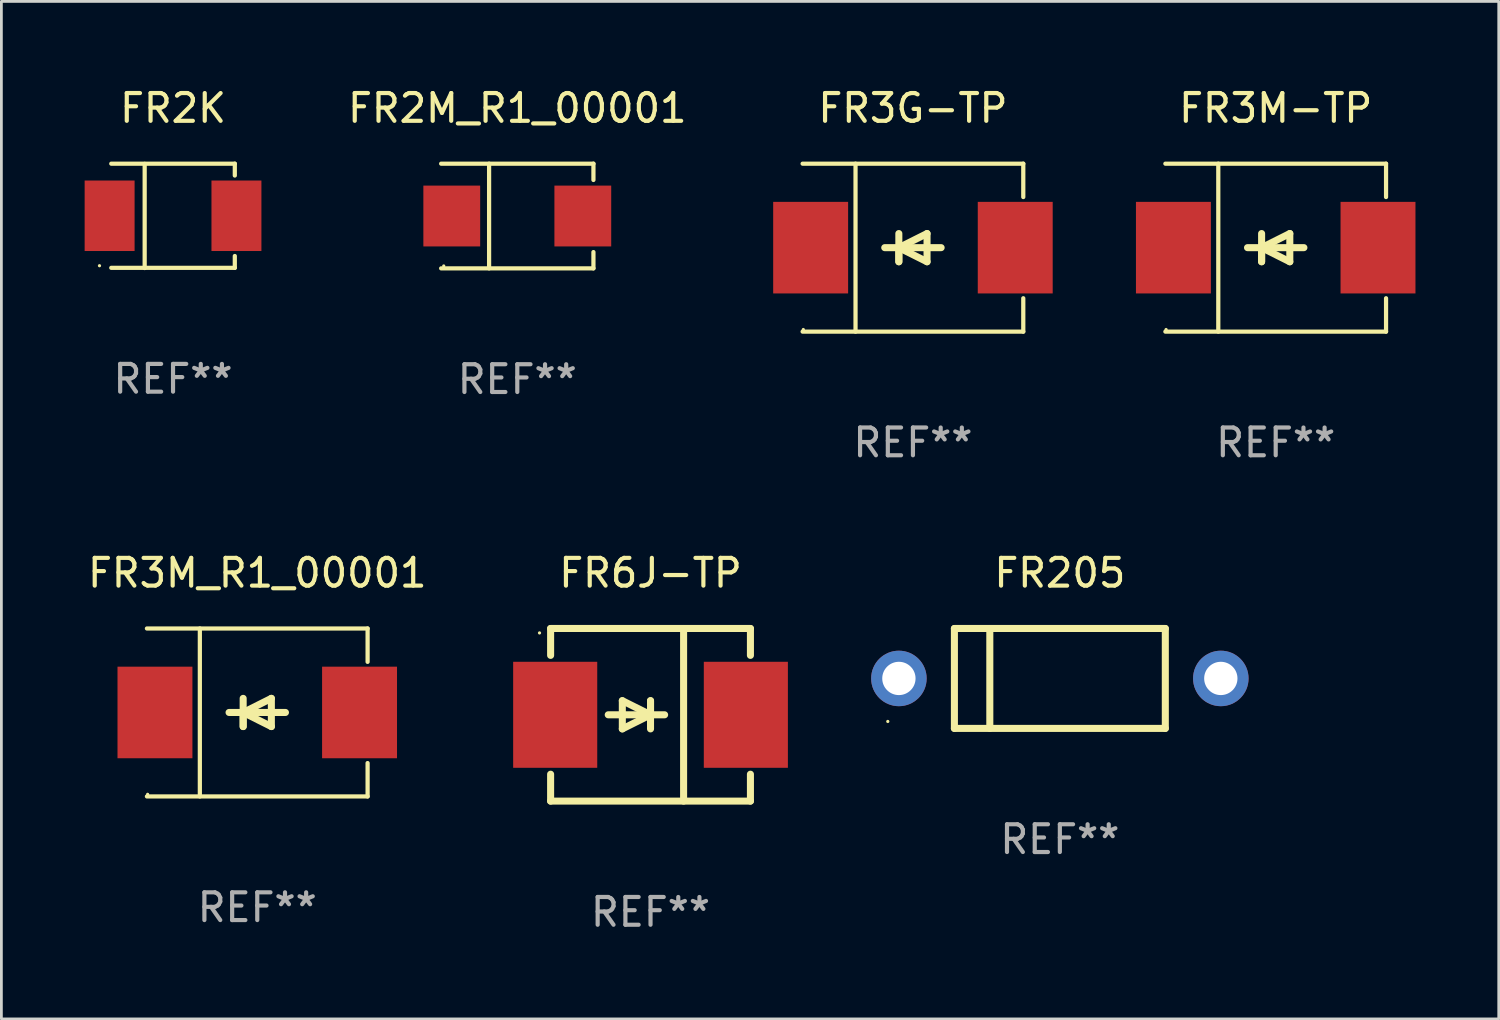
<source format=kicad_pcb>
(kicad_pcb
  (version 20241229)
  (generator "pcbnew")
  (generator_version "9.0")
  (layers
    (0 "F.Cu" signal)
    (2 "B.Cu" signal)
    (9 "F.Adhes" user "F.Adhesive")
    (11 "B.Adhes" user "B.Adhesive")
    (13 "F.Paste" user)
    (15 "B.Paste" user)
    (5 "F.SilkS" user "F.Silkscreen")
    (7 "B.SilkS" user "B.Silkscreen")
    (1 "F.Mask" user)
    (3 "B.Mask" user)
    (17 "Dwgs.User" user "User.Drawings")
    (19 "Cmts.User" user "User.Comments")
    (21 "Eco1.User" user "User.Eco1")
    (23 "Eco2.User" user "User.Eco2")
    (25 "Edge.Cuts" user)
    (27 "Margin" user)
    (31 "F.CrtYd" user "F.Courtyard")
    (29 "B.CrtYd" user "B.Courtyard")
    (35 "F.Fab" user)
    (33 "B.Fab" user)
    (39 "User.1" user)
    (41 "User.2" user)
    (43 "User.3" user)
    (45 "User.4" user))
  (footprint "FR205"
    (layer "F.Cu")
    (at 35.141 21.397)
    (property "Reference" "FR205" (at 0 -3.8 0) (layer "F.SilkS") (effects (font (size 1 1) (thickness 0.15))))
    (attr through_hole)
    (fp_line (start -3.8 -1.8) (end -3.8 1.8) (stroke (width 0.254) (type solid)) (layer "F.SilkS"))
    (fp_line (start -3.8 -1.8) (end 3.8 -1.8) (stroke (width 0.254) (type solid)) (layer "F.SilkS"))
    (fp_line (start -3.8 1.8) (end 3.8 1.8) (stroke (width 0.254) (type solid)) (layer "F.SilkS"))
    (fp_line (start -2.524 -1.8) (end -2.524 1.8) (stroke (width 0.254) (type solid)) (layer "F.SilkS"))
    (fp_line (start 3.8 -1.8) (end 3.8 1.8) (stroke (width 0.254) (type solid)) (layer "F.SilkS"))
    (fp_circle (center -6.2 1.55) (end -6.17 1.55) (stroke (width 0.06) (type solid)) (fill no) (layer "F.SilkS"))
    (fp_text user "REF**" (at 0 5.8 0) (layer "F.Fab") (effects (font (size 1 1) (thickness 0.15))))
    (pad "1" thru_hole circle (at -5.8 0) (size 2 2) (drill 1.2) (layers "*.Cu" "*.Mask"))
    (pad "2" thru_hole circle (at 5.8 0) (size 2 2) (drill 1.2) (layers "*.Cu" "*.Mask")))
  (footprint "FR6J-TP"
    (layer "F.Cu")
    (at 20.391 22.707)
    (property "Reference" "FR6J-TP" (at 0 -5.11 0) (layer "F.SilkS") (effects (font (size 1 1) (thickness 0.15))))
    (attr through_hole)
    (fp_line (start -3.6 -2.141) (end -3.6 -3.11) (stroke (width 0.254) (type solid)) (layer "F.SilkS"))
    (fp_line (start -3.6 3.11) (end -3.6 2.141) (stroke (width 0.254) (type solid)) (layer "F.SilkS"))
    (fp_line (start -1.524 0) (end 0.508 0) (stroke (width 0.254) (type solid)) (layer "F.SilkS"))
    (fp_line (start -1.016 -0.508) (end -1.016 0.508) (stroke (width 0.254) (type solid)) (layer "F.SilkS"))
    (fp_line (start -1.016 0.508) (end 0 0) (stroke (width 0.254) (type solid)) (layer "F.SilkS"))
    (fp_line (start 0 -0.508) (end 0 0.508) (stroke (width 0.254) (type solid)) (layer "F.SilkS"))
    (fp_line (start 0 0) (end -1.016 -0.508) (stroke (width 0.254) (type solid)) (layer "F.SilkS"))
    (fp_line (start 0 0) (end 0 -0.508) (stroke (width 0.254) (type solid)) (layer "F.SilkS"))
    (fp_line (start 1.192 3.11) (end 1.192 -3.11) (stroke (width 0.254) (type solid)) (layer "F.SilkS"))
    (fp_line (start 3.6 -3.11) (end -3.6 -3.11) (stroke (width 0.254) (type solid)) (layer "F.SilkS"))
    (fp_line (start 3.6 -2.141) (end 3.6 -3.11) (stroke (width 0.254) (type solid)) (layer "F.SilkS"))
    (fp_line (start 3.6 3.11) (end -3.6 3.11) (stroke (width 0.254) (type solid)) (layer "F.SilkS"))
    (fp_line (start 3.6 3.11) (end 3.6 2.141) (stroke (width 0.254) (type solid)) (layer "F.SilkS"))
    (fp_circle (center -4 -2.95) (end -3.97 -2.95) (stroke (width 0.06) (type solid)) (fill no) (layer "F.SilkS"))
    (fp_text user "REF**" (at 0 7.11 0) (layer "F.Fab") (effects (font (size 1 1) (thickness 0.15))))
    (pad "1" smd rect (at -3.435 0) (size 3.03 3.82) (layers "F.Cu" "F.Mask" "F.Paste"))
    (pad "2" smd rect (at 3.435 0) (size 3.03 3.82) (layers "F.Cu" "F.Mask" "F.Paste")))
  (footprint "FR3G-TP"
    (layer "F.Cu")
    (at 29.847 5.874)
    (property "Reference" "FR3G-TP" (at 0 -5.026 0) (layer "F.SilkS") (effects (font (size 1 1) (thickness 0.15))))
    (attr through_hole)
    (fp_line (start -3.976 -3.026) (end 3.976 -3.026) (stroke (width 0.152) (type solid)) (layer "F.SilkS"))
    (fp_line (start -3.976 3.026) (end 3.976 3.026) (stroke (width 0.152) (type solid)) (layer "F.SilkS"))
    (fp_line (start -2.069 -3.026) (end -2.069 3.026) (stroke (width 0.152) (type solid)) (layer "F.SilkS"))
    (fp_line (start -0.508 0) (end -0.508 0.508) (stroke (width 0.254) (type solid)) (layer "F.SilkS"))
    (fp_line (start -0.508 0) (end 0.508 0.508) (stroke (width 0.254) (type solid)) (layer "F.SilkS"))
    (fp_line (start -0.508 0.508) (end -0.508 -0.508) (stroke (width 0.254) (type solid)) (layer "F.SilkS"))
    (fp_line (start 0.508 -0.508) (end -0.508 0) (stroke (width 0.254) (type solid)) (layer "F.SilkS"))
    (fp_line (start 0.508 0.508) (end 0.508 -0.508) (stroke (width 0.254) (type solid)) (layer "F.SilkS"))
    (fp_line (start 1.016 0) (end -1.016 0) (stroke (width 0.254) (type solid)) (layer "F.SilkS"))
    (fp_line (start 3.976 -3.026) (end 3.976 -1.823) (stroke (width 0.152) (type solid)) (layer "F.SilkS"))
    (fp_line (start 3.976 3.026) (end 3.976 1.823) (stroke (width 0.152) (type solid)) (layer "F.SilkS"))
    (fp_circle (center -3.95 2.95) (end -3.92 2.95) (stroke (width 0.06) (type solid)) (fill no) (layer "F.SilkS"))
    (fp_text user "REF**" (at 0 7.026 0) (layer "F.Fab") (effects (font (size 1 1) (thickness 0.15))))
    (pad "1" smd rect (at -3.686 0) (size 2.7 3.3) (layers "F.Cu" "F.Mask" "F.Paste"))
    (pad "2" smd rect (at 3.686 0) (size 2.7 3.3) (layers "F.Cu" "F.Mask" "F.Paste")))
  (footprint "FR2K"
    (layer "F.Cu")
    (at 3.185 4.728)
    (property "Reference" "FR2K" (at 0 -3.88 0) (layer "F.SilkS") (effects (font (size 1 1) (thickness 0.15))))
    (attr through_hole)
    (fp_line (start -2.226 -1.88) (end 2.226 -1.88) (stroke (width 0.152) (type solid)) (layer "F.SilkS"))
    (fp_line (start -2.226 1.873) (end 2.226 1.873) (stroke (width 0.152) (type solid)) (layer "F.SilkS"))
    (fp_line (start -1.022 -1.873) (end -1.022 1.88) (stroke (width 0.152) (type solid)) (layer "F.SilkS"))
    (fp_line (start 2.226 -1.88) (end 2.226 -1.453) (stroke (width 0.152) (type solid)) (layer "F.SilkS"))
    (fp_line (start 2.226 1.447) (end 2.226 1.873) (stroke (width 0.152) (type solid)) (layer "F.SilkS"))
    (fp_circle (center -2.65 1.797) (end -2.62 1.797) (stroke (width 0.06) (type solid)) (fill no) (layer "F.SilkS"))
    (fp_text user "REF**" (at 0 5.88 0) (layer "F.Fab") (effects (font (size 1 1) (thickness 0.15))))
    (pad "1" smd rect (at -2.285 -0.003) (size 1.8 2.54) (layers "F.Cu" "F.Mask" "F.Paste"))
    (pad "2" smd rect (at 2.285 -0.003) (size 1.8 2.54) (layers "F.Cu" "F.Mask" "F.Paste")))
  (footprint "FR3M_R1_00001"
    (layer "F.Cu")
    (at 6.22 22.623)
    (property "Reference" "FR3M_R1_00001" (at 0 -5.026 0) (layer "F.SilkS") (effects (font (size 1 1) (thickness 0.15))))
    (attr through_hole)
    (fp_line (start -3.976 -3.026) (end 3.976 -3.026) (stroke (width 0.152) (type solid)) (layer "F.SilkS"))
    (fp_line (start -3.976 3.026) (end 3.976 3.026) (stroke (width 0.152) (type solid)) (layer "F.SilkS"))
    (fp_line (start -2.069 -3.026) (end -2.069 3.026) (stroke (width 0.152) (type solid)) (layer "F.SilkS"))
    (fp_line (start -0.508 0) (end -0.508 0.508) (stroke (width 0.254) (type solid)) (layer "F.SilkS"))
    (fp_line (start -0.508 0) (end 0.508 0.508) (stroke (width 0.254) (type solid)) (layer "F.SilkS"))
    (fp_line (start -0.508 0.508) (end -0.508 -0.508) (stroke (width 0.254) (type solid)) (layer "F.SilkS"))
    (fp_line (start 0.508 -0.508) (end -0.508 0) (stroke (width 0.254) (type solid)) (layer "F.SilkS"))
    (fp_line (start 0.508 0.508) (end 0.508 -0.508) (stroke (width 0.254) (type solid)) (layer "F.SilkS"))
    (fp_line (start 1.016 0) (end -1.016 0) (stroke (width 0.254) (type solid)) (layer "F.SilkS"))
    (fp_line (start 3.976 -3.026) (end 3.976 -1.823) (stroke (width 0.152) (type solid)) (layer "F.SilkS"))
    (fp_line (start 3.976 3.026) (end 3.976 1.823) (stroke (width 0.152) (type solid)) (layer "F.SilkS"))
    (fp_circle (center -3.95 2.95) (end -3.92 2.95) (stroke (width 0.06) (type solid)) (fill no) (layer "F.SilkS"))
    (fp_text user "REF**" (at 0 7.026 0) (layer "F.Fab") (effects (font (size 1 1) (thickness 0.15))))
    (pad "1" smd rect (at -3.686 0) (size 2.7 3.3) (layers "F.Cu" "F.Mask" "F.Paste"))
    (pad "2" smd rect (at 3.686 0) (size 2.7 3.3) (layers "F.Cu" "F.Mask" "F.Paste")))
  (footprint "FR3M-TP"
    (layer "F.Cu")
    (at 42.919 5.874)
    (property "Reference" "FR3M-TP" (at 0 -5.026 0) (layer "F.SilkS") (effects (font (size 1 1) (thickness 0.15))))
    (attr through_hole)
    (fp_line (start -3.976 -3.026) (end 3.976 -3.026) (stroke (width 0.152) (type solid)) (layer "F.SilkS"))
    (fp_line (start -3.976 3.026) (end 3.976 3.026) (stroke (width 0.152) (type solid)) (layer "F.SilkS"))
    (fp_line (start -2.069 -3.026) (end -2.069 3.026) (stroke (width 0.152) (type solid)) (layer "F.SilkS"))
    (fp_line (start -0.508 0) (end -0.508 0.508) (stroke (width 0.254) (type solid)) (layer "F.SilkS"))
    (fp_line (start -0.508 0) (end 0.508 0.508) (stroke (width 0.254) (type solid)) (layer "F.SilkS"))
    (fp_line (start -0.508 0.508) (end -0.508 -0.508) (stroke (width 0.254) (type solid)) (layer "F.SilkS"))
    (fp_line (start 0.508 -0.508) (end -0.508 0) (stroke (width 0.254) (type solid)) (layer "F.SilkS"))
    (fp_line (start 0.508 0.508) (end 0.508 -0.508) (stroke (width 0.254) (type solid)) (layer "F.SilkS"))
    (fp_line (start 1.016 0) (end -1.016 0) (stroke (width 0.254) (type solid)) (layer "F.SilkS"))
    (fp_line (start 3.976 -3.026) (end 3.976 -1.823) (stroke (width 0.152) (type solid)) (layer "F.SilkS"))
    (fp_line (start 3.976 3.026) (end 3.976 1.823) (stroke (width 0.152) (type solid)) (layer "F.SilkS"))
    (fp_circle (center -3.95 2.95) (end -3.92 2.95) (stroke (width 0.06) (type solid)) (fill no) (layer "F.SilkS"))
    (fp_text user "REF**" (at 0 7.026 0) (layer "F.Fab") (effects (font (size 1 1) (thickness 0.15))))
    (pad "1" smd rect (at -3.686 0) (size 2.7 3.3) (layers "F.Cu" "F.Mask" "F.Paste"))
    (pad "2" smd rect (at 3.686 0) (size 2.7 3.3) (layers "F.Cu" "F.Mask" "F.Paste")))
  (footprint "FR2M_R1_00001"
    (layer "F.Cu")
    (at 15.59 4.734)
    (property "Reference" "FR2M_R1_00001" (at 0 -3.886 0) (layer "F.SilkS") (effects (font (size 1 1) (thickness 0.15))))
    (attr through_hole)
    (fp_line (start -2.744 -1.886) (end 2.744 -1.886) (stroke (width 0.152) (type solid)) (layer "F.SilkS"))
    (fp_line (start -2.744 1.886) (end 2.744 1.886) (stroke (width 0.152) (type solid)) (layer "F.SilkS"))
    (fp_line (start -1.016 -1.886) (end -1.016 1.886) (stroke (width 0.152) (type solid)) (layer "F.SilkS"))
    (fp_line (start 2.744 -1.886) (end 2.744 -1.299) (stroke (width 0.152) (type solid)) (layer "F.SilkS"))
    (fp_line (start 2.744 1.886) (end 2.744 1.299) (stroke (width 0.152) (type solid)) (layer "F.SilkS"))
    (fp_circle (center -2.65 1.8) (end -2.62 1.8) (stroke (width 0.06) (type solid)) (fill no) (layer "F.SilkS"))
    (fp_text user "REF**" (at 0 5.886 0) (layer "F.Fab") (effects (font (size 1 1) (thickness 0.15))))
    (pad "1" smd rect (at -2.361 0) (size 2.047 2.192) (layers "F.Cu" "F.Mask" "F.Paste"))
    (pad "2" smd rect (at 2.361 0) (size 2.047 2.192) (layers "F.Cu" "F.Mask" "F.Paste")))
  (gr_rect
    (start -3 -3)
    (end 50.956 33.665)
    (stroke (width 0.1) (type default))
    (fill no)
    (layer "Edge.Cuts")))
</source>
